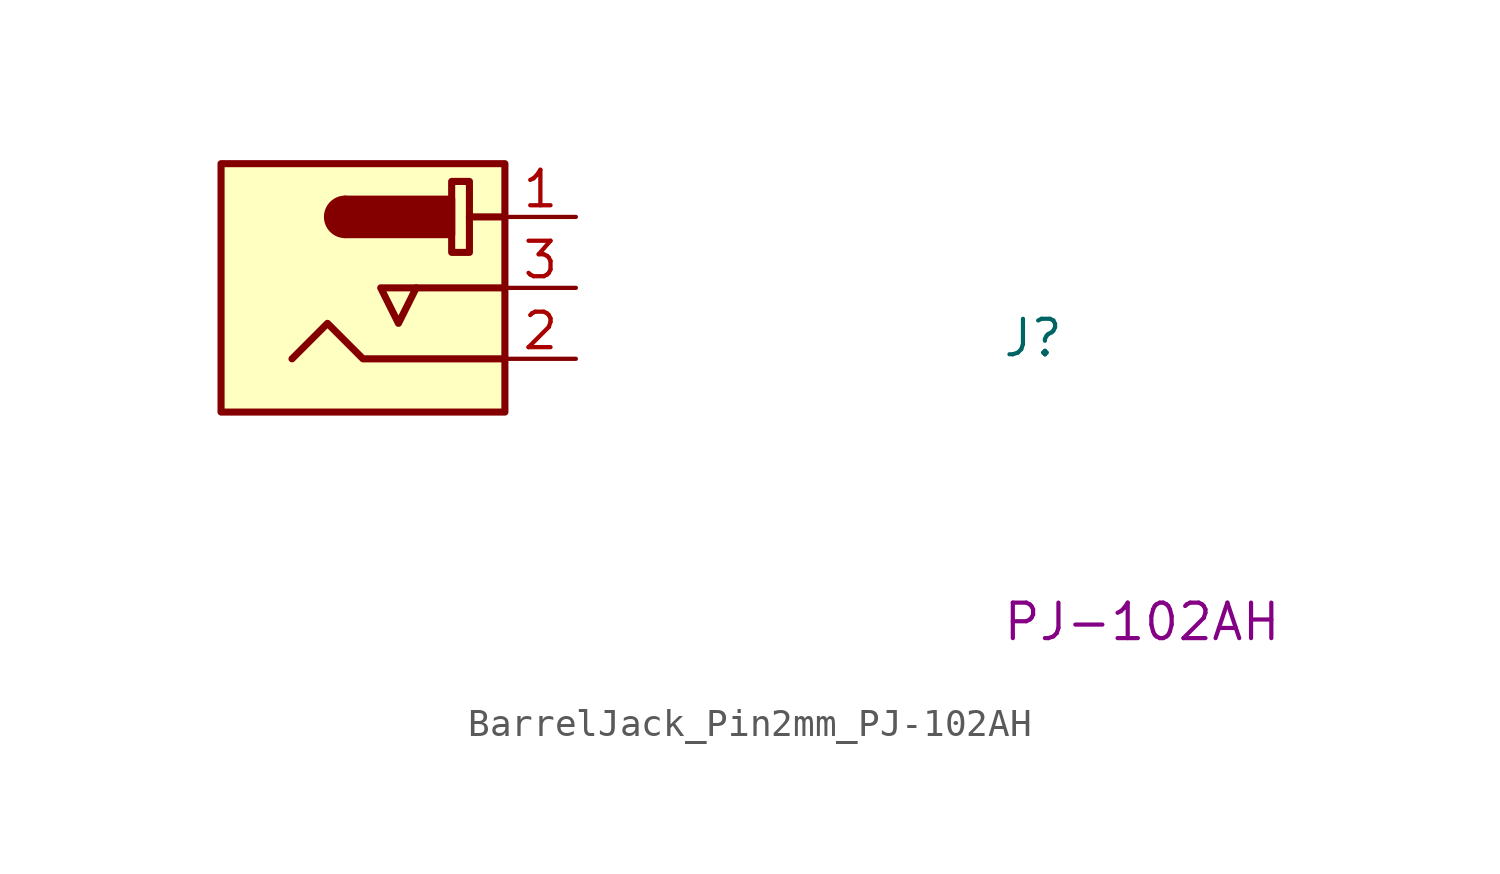
<source format=kicad_sym>
(kicad_symbol_lib
  (version 20220914)
  (generator kicad_symbol_editor)
  (symbol "BarrelJack_Pin2mm_PJ-102AH"
    (property "Reference" "J"
      (at 17.78 -5.08 0)
      (effects (font (size 1.27 1.27) (thickness 0.15)) (justify left bottom)))
    (property "MPN" "PJ-102AH"
      (at 17.78 -15.24 0)
      (effects (font (size 1.27 1.27) (thickness 0.15)) (justify left bottom)))
    (symbol "BarrelJack_Pin2mm_PJ-102AH_1_1"
      (rectangle (start -10.16 1.905) (end 0 -6.985) (stroke (width 0.254) (type default)) (fill (type background)))
      (arc (start -5.715 0.635) (mid -6.3473 0) (end -5.715 -0.635) (stroke (width 0.254) (type default)) (fill (type outline)))
      (rectangle (start -5.715 0.635) (end -1.905 -0.635) (stroke (width 0.254) (type default)) (fill (type outline)))
      (rectangle (start -1.905 1.27) (end -1.27 -1.27) (stroke (width 0.254) (type default)) (fill (type none)))
      (polyline (pts (xy 0 -2.54) (xy -3.175 -2.54)) (stroke (width 0.254) (type default)) (fill (type background)))
      (polyline (pts (xy 0 0) (xy -1.27 0)) (stroke (width 0.254) (type default)) (fill (type background)))
      (polyline (pts (xy 0 -5.08) (xy -5.08 -5.08) (xy -6.35 -3.81) (xy -7.62 -5.08)) (stroke (width 0.254) (type default)) (fill (type none)))
      (polyline (pts (xy -3.81 -2.54) (xy -4.445 -2.54) (xy -3.81 -3.81) (xy -3.175 -2.54) (xy -3.81 -2.54)) (stroke (width 0.254) (type default)) (fill (type none)))
      (pin passive line (at 2.54 0 180) (length 2.54) (name "~" (effects (font (size 1.27 1.27)))) (number "1" (effects (font (size 1.27 1.27)))))
      (pin passive line (at 2.54 -5.08 180) (length 2.54) (name "~" (effects (font (size 1.27 1.27)))) (number "2" (effects (font (size 1.27 1.27)))))
      (pin passive line (at 2.54 -2.54 180) (length 2.54) (name "~" (effects (font (size 1.27 1.27)))) (number "3" (effects (font (size 1.27 1.27))))))))
</source>
